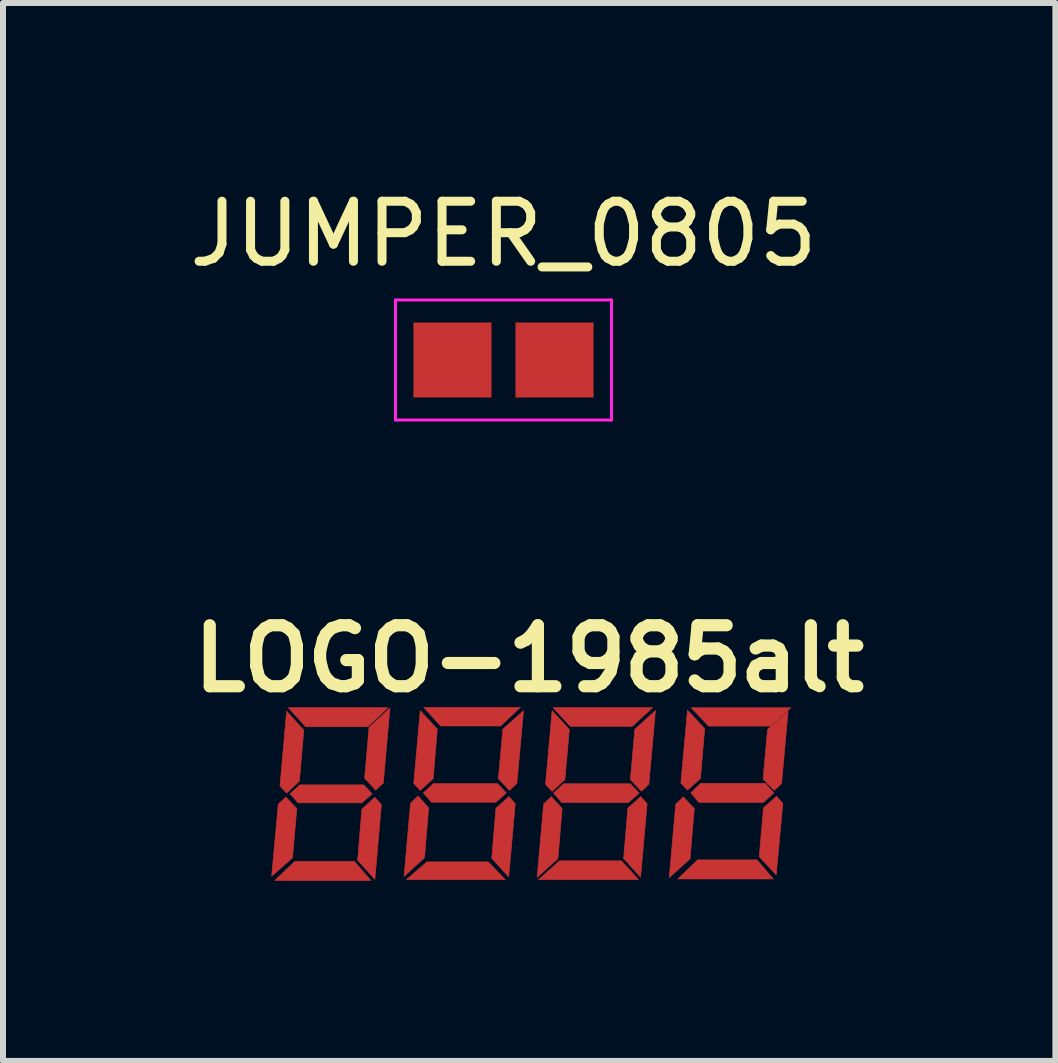
<source format=kicad_pcb>
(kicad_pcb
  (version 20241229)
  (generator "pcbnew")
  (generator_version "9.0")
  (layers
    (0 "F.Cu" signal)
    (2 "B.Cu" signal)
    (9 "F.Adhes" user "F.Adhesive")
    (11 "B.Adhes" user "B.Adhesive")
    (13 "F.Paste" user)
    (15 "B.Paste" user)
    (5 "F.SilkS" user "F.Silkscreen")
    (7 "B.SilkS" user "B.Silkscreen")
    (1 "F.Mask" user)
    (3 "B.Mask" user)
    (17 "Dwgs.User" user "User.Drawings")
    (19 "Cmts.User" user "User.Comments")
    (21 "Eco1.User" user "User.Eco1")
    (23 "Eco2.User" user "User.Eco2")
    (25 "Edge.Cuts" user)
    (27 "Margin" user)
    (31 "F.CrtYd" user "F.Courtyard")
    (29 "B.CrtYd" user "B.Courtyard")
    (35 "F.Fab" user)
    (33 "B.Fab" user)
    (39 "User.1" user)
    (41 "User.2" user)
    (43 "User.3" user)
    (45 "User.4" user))
  (footprint "LOGO-1985alt"
    (layer "F.Cu")
    (at 5.767 10.124)
    (property "Reference" "LOGO-1985alt" (at 0 -2.2 0) (layer "F.SilkS") (effects (font (size 1.016 1.016) (thickness 0.203))))
    (attr through_hole)
    (fp_poly (pts (xy -4.013 -1.384) (xy -2.352 -1.384) (xy -2.692 -1.065) (xy -3.724 -1.065) (xy -4.013 -1.384)) (stroke (width 0.01) (type solid)) (fill yes) (layer "F.Cu"))
    (fp_poly (pts (xy -2.638 1.497) (xy -4.24 1.497) (xy -3.905 1.178) (xy -2.912 1.178) (xy -2.638 1.497)) (stroke (width 0.01) (type solid)) (fill yes) (layer "F.Cu"))
    (fp_poly (pts (xy -0.399 1.482) (xy -2.047 1.482) (xy -1.705 1.186) (xy -0.682 1.186) (xy -0.399 1.482)) (stroke (width 0.01) (type solid)) (fill yes) (layer "F.Cu"))
    (fp_poly (pts (xy -0.148 -1.388) (xy -0.477 -1.078) (xy -1.476 -1.078) (xy -1.756 -1.388) (xy -0.148 -1.388)) (stroke (width 0.01) (type solid)) (fill yes) (layer "F.Cu"))
    (fp_poly (pts (xy 1.822 1.482) (xy 0.156 1.482) (xy 0.504 1.169) (xy 1.537 1.169) (xy 1.822 1.482)) (stroke (width 0.01) (type solid)) (fill yes) (layer "F.Cu"))
    (fp_poly (pts (xy 2.056 -1.385) (xy 1.717 -1.072) (xy 0.686 -1.072) (xy 0.397 -1.385) (xy 2.056 -1.385)) (stroke (width 0.01) (type solid)) (fill yes) (layer "F.Cu"))
    (fp_poly (pts (xy 4.068 1.471) (xy 2.476 1.471) (xy 2.806 1.153) (xy 3.796 1.153) (xy 4.068 1.471)) (stroke (width 0.01) (type solid)) (fill yes) (layer "F.Cu"))
    (fp_poly (pts (xy 4.359 -1.382) (xy 4.02 -1.076) (xy 2.989 -1.076) (xy 2.7 -1.382) (xy 4.359 -1.382)) (stroke (width 0.01) (type solid)) (fill yes) (layer "F.Cu"))
    (fp_poly (pts (xy -4.152 -0.078) (xy -4.042 -1.326) (xy -3.755 -1.008) (xy -3.829 -0.159) (xy -4.043 0.04) (xy -4.152 -0.078)) (stroke (width 0.01) (type solid)) (fill yes) (layer "F.Cu"))
    (fp_poly (pts (xy -3.872 0.298) (xy -3.943 1.117) (xy -4.291 1.424) (xy -4.181 0.224) (xy -4.054 0.106) (xy -3.872 0.298)) (stroke (width 0.01) (type solid)) (fill yes) (layer "F.Cu"))
    (fp_poly (pts (xy -2.742 -0.209) (xy -2.668 -1.057) (xy -2.32 -1.376) (xy -2.43 -0.128) (xy -2.558 -0.009) (xy -2.742 -0.209)) (stroke (width 0.01) (type solid)) (fill yes) (layer "F.Cu"))
    (fp_poly (pts (xy -2.462 0.233) (xy -2.571 1.477) (xy -2.858 1.158) (xy -2.788 0.309) (xy -2.572 0.11) (xy -2.462 0.233)) (stroke (width 0.01) (type solid)) (fill yes) (layer "F.Cu"))
    (fp_poly (pts (xy -2.085 1.428) (xy -1.977 0.209) (xy -1.853 0.088) (xy -1.675 0.284) (xy -1.744 1.116) (xy -2.085 1.428)) (stroke (width 0.01) (type solid)) (fill yes) (layer "F.Cu"))
    (fp_poly (pts (xy -1.924 -0.122) (xy -1.815 -1.334) (xy -1.53 -1.025) (xy -1.6 -0.2) (xy -1.815 -0.006) (xy -1.924 -0.122)) (stroke (width 0.01) (type solid)) (fill yes) (layer "F.Cu"))
    (fp_poly (pts (xy -0.439 -1.025) (xy -0.094 -1.334) (xy -0.205 -0.121) (xy -0.329 -0.006) (xy -0.514 -0.2) (xy -0.439 -1.025)) (stroke (width 0.01) (type solid)) (fill yes) (layer "F.Cu"))
    (fp_poly (pts (xy -0.232 0.218) (xy -0.341 1.437) (xy -0.624 1.125) (xy -0.554 0.293) (xy -0.338 0.097) (xy -0.232 0.218)) (stroke (width 0.01) (type solid)) (fill yes) (layer "F.Cu"))
    (fp_poly (pts (xy 0.272 -0.105) (xy 0.382 -1.333) (xy 0.669 -1.02) (xy 0.595 -0.185) (xy 0.381 0.012) (xy 0.272 -0.105)) (stroke (width 0.01) (type solid)) (fill yes) (layer "F.Cu"))
    (fp_poly (pts (xy 0.479 1.131) (xy 0.132 1.445) (xy 0.241 0.221) (xy 0.368 0.099) (xy 0.549 0.296) (xy 0.479 1.131)) (stroke (width 0.01) (type solid)) (fill yes) (layer "F.Cu"))
    (fp_poly (pts (xy 1.686 -0.187) (xy 1.76 -1.023) (xy 2.104 -1.336) (xy 1.994 -0.108) (xy 1.87 0.009) (xy 1.686 -0.187)) (stroke (width 0.01) (type solid)) (fill yes) (layer "F.Cu"))
    (fp_poly (pts (xy 1.965 0.218) (xy 1.856 1.442) (xy 1.573 1.129) (xy 1.643 0.293) (xy 1.859 0.097) (xy 1.965 0.218)) (stroke (width 0.01) (type solid)) (fill yes) (layer "F.Cu"))
    (fp_poly (pts (xy 2.527 -0.126) (xy 2.637 -1.343) (xy 2.924 -1.033) (xy 2.853 -0.204) (xy 2.637 -0.01) (xy 2.527 -0.126)) (stroke (width 0.01) (type solid)) (fill yes) (layer "F.Cu"))
    (fp_poly (pts (xy 2.751 0.3) (xy 2.68 1.135) (xy 2.333 1.449) (xy 2.442 0.225) (xy 2.569 0.103) (xy 2.751 0.3)) (stroke (width 0.01) (type solid)) (fill yes) (layer "F.Cu"))
    (fp_poly (pts (xy 3.897 -0.197) (xy 3.971 -1.018) (xy 4.314 -1.325) (xy 4.205 -0.119) (xy 4.081 -0.004) (xy 3.897 -0.197)) (stroke (width 0.01) (type solid)) (fill yes) (layer "F.Cu"))
    (fp_poly (pts (xy 4.226 0.212) (xy 4.116 1.404) (xy 3.833 1.099) (xy 3.904 0.285) (xy 4.12 0.094) (xy 4.226 0.212)) (stroke (width 0.01) (type solid)) (fill yes) (layer "F.Cu"))
    (fp_poly (pts (xy -2.758 -0.097) (xy -2.616 0.052) (xy -2.787 0.202) (xy -3.852 0.202) (xy -3.984 0.052) (xy -3.822 -0.097) (xy -2.758 -0.097)) (stroke (width 0.01) (type solid)) (fill yes) (layer "F.Cu"))
    (fp_poly (pts (xy -0.525 -0.117) (xy -0.381 0.038) (xy -0.554 0.192) (xy -1.628 0.192) (xy -1.764 0.038) (xy -1.599 -0.117) (xy -0.525 -0.117)) (stroke (width 0.01) (type solid)) (fill yes) (layer "F.Cu"))
    (fp_poly (pts (xy 1.684 -0.116) (xy 1.833 0.04) (xy 1.654 0.197) (xy 0.543 0.197) (xy 0.405 0.04) (xy 0.575 -0.116) (xy 1.684 -0.116)) (stroke (width 0.01) (type solid)) (fill yes) (layer "F.Cu"))
    (fp_poly (pts (xy 3.931 -0.123) (xy 4.075 0.036) (xy 3.902 0.196) (xy 2.828 0.196) (xy 2.692 0.036) (xy 2.857 -0.123) (xy 3.931 -0.123)) (stroke (width 0.01) (type solid)) (fill yes) (layer "F.Cu"))
    (fp_poly (pts (xy -0.399 1.482) (xy -2.047 1.482) (xy -1.705 1.186) (xy -0.682 1.186) (xy -0.399 1.482)) (stroke (width 0.01) (type solid)) (fill yes) (layer "F.Mask"))
    (fp_poly (pts (xy -0.148 -1.388) (xy -0.477 -1.078) (xy -1.476 -1.078) (xy -1.756 -1.388) (xy -0.148 -1.388)) (stroke (width 0.01) (type solid)) (fill yes) (layer "F.Mask"))
    (fp_poly (pts (xy 1.822 1.482) (xy 0.156 1.482) (xy 0.504 1.169) (xy 1.537 1.169) (xy 1.822 1.482)) (stroke (width 0.01) (type solid)) (fill yes) (layer "F.Mask"))
    (fp_poly (pts (xy 2.056 -1.385) (xy 1.717 -1.072) (xy 0.686 -1.072) (xy 0.397 -1.385) (xy 2.056 -1.385)) (stroke (width 0.01) (type solid)) (fill yes) (layer "F.Mask"))
    (fp_poly (pts (xy 4.068 1.471) (xy 2.476 1.471) (xy 2.806 1.153) (xy 3.796 1.153) (xy 4.068 1.471)) (stroke (width 0.01) (type solid)) (fill yes) (layer "F.Mask"))
    (fp_poly (pts (xy 4.359 -1.382) (xy 4.02 -1.076) (xy 2.989 -1.076) (xy 2.7 -1.382) (xy 4.359 -1.382)) (stroke (width 0.01) (type solid)) (fill yes) (layer "F.Mask"))
    (fp_poly (pts (xy -2.742 -0.209) (xy -2.668 -1.057) (xy -2.32 -1.376) (xy -2.43 -0.128) (xy -2.558 -0.009) (xy -2.742 -0.209)) (stroke (width 0.01) (type solid)) (fill yes) (layer "F.Mask"))
    (fp_poly (pts (xy -2.462 0.233) (xy -2.571 1.477) (xy -2.858 1.158) (xy -2.788 0.309) (xy -2.572 0.11) (xy -2.462 0.233)) (stroke (width 0.01) (type solid)) (fill yes) (layer "F.Mask"))
    (fp_poly (pts (xy -1.924 -0.122) (xy -1.815 -1.334) (xy -1.53 -1.025) (xy -1.6 -0.2) (xy -1.815 -0.006) (xy -1.924 -0.122)) (stroke (width 0.01) (type solid)) (fill yes) (layer "F.Mask"))
    (fp_poly (pts (xy -0.439 -1.025) (xy -0.094 -1.334) (xy -0.205 -0.121) (xy -0.329 -0.006) (xy -0.514 -0.2) (xy -0.439 -1.025)) (stroke (width 0.01) (type solid)) (fill yes) (layer "F.Mask"))
    (fp_poly (pts (xy -0.232 0.218) (xy -0.341 1.437) (xy -0.624 1.125) (xy -0.554 0.293) (xy -0.338 0.097) (xy -0.232 0.218)) (stroke (width 0.01) (type solid)) (fill yes) (layer "F.Mask"))
    (fp_poly (pts (xy 0.272 -0.105) (xy 0.382 -1.333) (xy 0.669 -1.02) (xy 0.595 -0.185) (xy 0.381 0.012) (xy 0.272 -0.105)) (stroke (width 0.01) (type solid)) (fill yes) (layer "F.Mask"))
    (fp_poly (pts (xy 0.479 1.131) (xy 0.132 1.445) (xy 0.241 0.221) (xy 0.368 0.099) (xy 0.549 0.296) (xy 0.479 1.131)) (stroke (width 0.01) (type solid)) (fill yes) (layer "F.Mask"))
    (fp_poly (pts (xy 1.686 -0.187) (xy 1.76 -1.023) (xy 2.104 -1.336) (xy 1.994 -0.108) (xy 1.87 0.009) (xy 1.686 -0.187)) (stroke (width 0.01) (type solid)) (fill yes) (layer "F.Mask"))
    (fp_poly (pts (xy 1.965 0.218) (xy 1.856 1.442) (xy 1.573 1.129) (xy 1.643 0.293) (xy 1.859 0.097) (xy 1.965 0.218)) (stroke (width 0.01) (type solid)) (fill yes) (layer "F.Mask"))
    (fp_poly (pts (xy 2.527 -0.126) (xy 2.637 -1.343) (xy 2.924 -1.033) (xy 2.853 -0.204) (xy 2.637 -0.01) (xy 2.527 -0.126)) (stroke (width 0.01) (type solid)) (fill yes) (layer "F.Mask"))
    (fp_poly (pts (xy 4.226 0.212) (xy 4.116 1.404) (xy 3.833 1.099) (xy 3.904 0.285) (xy 4.12 0.094) (xy 4.226 0.212)) (stroke (width 0.01) (type solid)) (fill yes) (layer "F.Mask"))
    (fp_poly (pts (xy -0.525 -0.117) (xy -0.381 0.038) (xy -0.554 0.192) (xy -1.628 0.192) (xy -1.764 0.038) (xy -1.599 -0.117) (xy -0.525 -0.117)) (stroke (width 0.01) (type solid)) (fill yes) (layer "F.Mask"))
    (fp_poly (pts (xy 1.684 -0.116) (xy 1.833 0.04) (xy 1.654 0.197) (xy 0.543 0.197) (xy 0.405 0.04) (xy 0.575 -0.116) (xy 1.684 -0.116)) (stroke (width 0.01) (type solid)) (fill yes) (layer "F.Mask"))
    (fp_poly (pts (xy 3.931 -0.123) (xy 4.075 0.036) (xy 3.902 0.196) (xy 2.828 0.196) (xy 2.692 0.036) (xy 2.857 -0.123) (xy 3.931 -0.123)) (stroke (width 0.01) (type solid)) (fill yes) (layer "F.Mask")))
  (footprint "JUMPER_0805"
    (layer "F.Cu")
    (at 5.339 2.948)
    (property "Reference" "JUMPER_0805" (at 0 -2.1 0) (layer "F.SilkS") (effects (font (size 1 1) (thickness 0.15))))
    (attr smd)
    (fp_line (start -1.8 -1) (end -1.8 1) (stroke (width 0.05) (type solid)) (layer "F.CrtYd"))
    (fp_line (start -1.8 -1) (end 1.8 -1) (stroke (width 0.05) (type solid)) (layer "F.CrtYd"))
    (fp_line (start -1.8 1) (end 1.8 1) (stroke (width 0.05) (type solid)) (layer "F.CrtYd"))
    (fp_line (start 1.8 -1) (end 1.8 1) (stroke (width 0.05) (type solid)) (layer "F.CrtYd"))
    (pad "1" smd rect (at -0.85 0) (size 1.3 1.25) (layers "F.Cu" "F.Mask" "F.Paste"))
    (pad "2" smd rect (at 0.85 0) (size 1.3 1.25) (layers "F.Cu" "F.Mask" "F.Paste")))
  (gr_rect
    (start -3 -3)
    (end 14.534 14.626)
    (stroke (width 0.1) (type default))
    (fill no)
    (layer "Edge.Cuts")))
</source>
